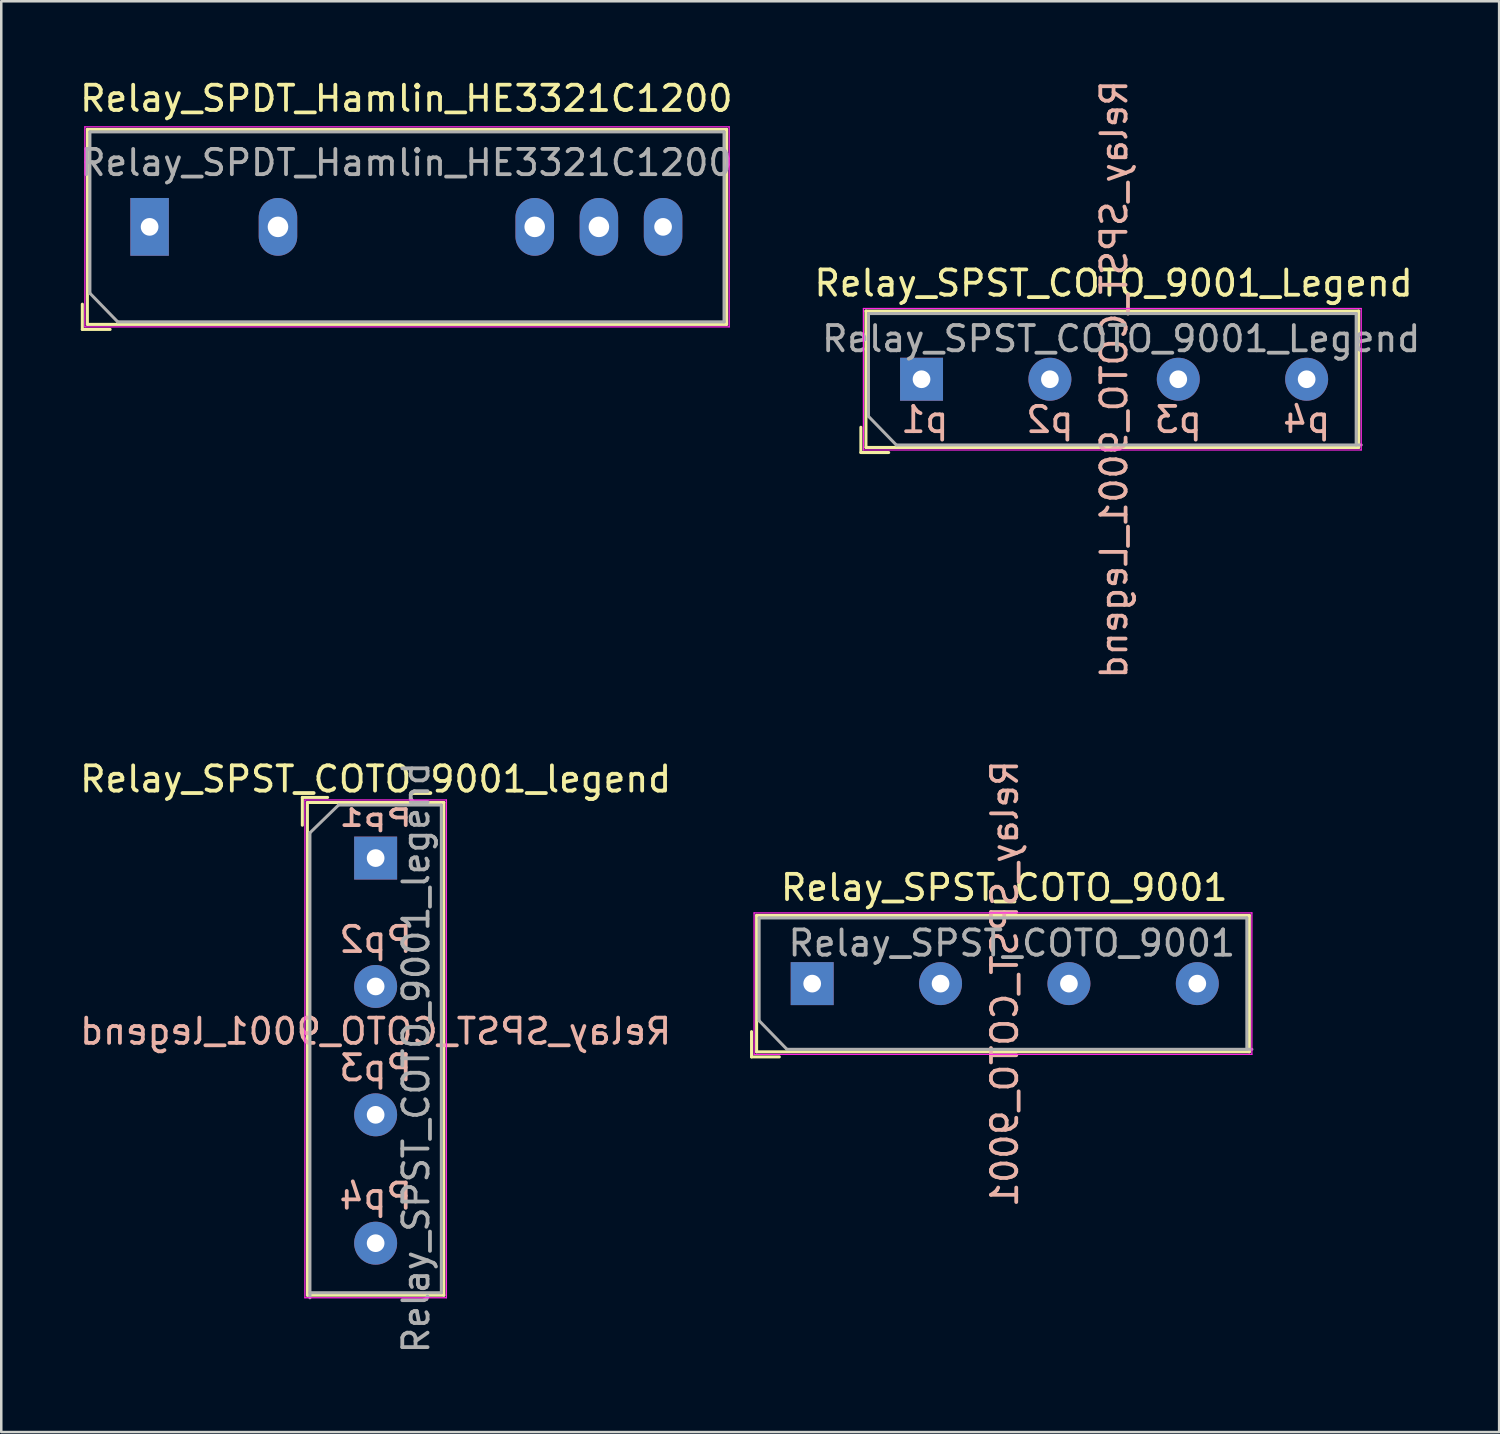
<source format=kicad_pcb>
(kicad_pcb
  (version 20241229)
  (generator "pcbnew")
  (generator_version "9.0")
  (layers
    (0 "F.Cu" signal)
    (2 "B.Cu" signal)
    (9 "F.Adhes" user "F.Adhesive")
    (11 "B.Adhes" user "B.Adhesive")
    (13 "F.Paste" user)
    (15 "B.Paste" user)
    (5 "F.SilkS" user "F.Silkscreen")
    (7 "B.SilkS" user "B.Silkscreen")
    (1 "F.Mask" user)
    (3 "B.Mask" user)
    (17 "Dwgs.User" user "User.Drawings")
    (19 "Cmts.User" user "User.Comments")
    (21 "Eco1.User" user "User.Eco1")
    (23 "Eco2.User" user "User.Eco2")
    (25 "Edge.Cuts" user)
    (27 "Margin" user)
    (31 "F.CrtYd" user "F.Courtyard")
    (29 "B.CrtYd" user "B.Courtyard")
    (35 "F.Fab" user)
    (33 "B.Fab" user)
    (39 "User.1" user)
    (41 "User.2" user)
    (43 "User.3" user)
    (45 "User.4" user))
  (footprint "Relay_SPST_COTO_9001_legend"
    (layer "F.Cu")
    (at 11.815 30.907)
    (property "Reference" "Relay_SPST_COTO_9001_legend" (at 0 -2.54 0) (layer "F.SilkS") (effects (font (size 1 1) (thickness 0.15)) (justify bottom)))
    (property "BotReference" "${REFERENCE}" (at 0 6.858 0) (layer "B.SilkS") (effects (font (size 1 1) (thickness 0.15)) (justify mirror)))
    (property "p2" "Pp2" (at 0 3.81 0) (layer "B.SilkS") (effects (font (size 1 1) (thickness 0.15)) (justify bottom mirror)))
    (property "p3" "Pp3" (at 0 8.89 0) (layer "B.SilkS") (effects (font (size 1 1) (thickness 0.15)) (justify bottom mirror)))
    (property "p4" "Pp4" (at 0 13.97 0) (layer "B.SilkS") (effects (font (size 1 1) (thickness 0.15)) (justify bottom mirror)))
    (property "p1" "Pp1" (at 0 -1.219 0) (layer "B.SilkS") (effects (font (size 0.635 1) (thickness 0.15)) (justify bottom mirror)))
    (attr through_hole)
    (fp_line (start -2.9 -2.4) (end -1.9 -2.4) (stroke (width 0.12) (type solid)) (layer "F.SilkS"))
    (fp_line (start -2.9 -1.3) (end -2.9 -2.4) (stroke (width 0.12) (type solid)) (layer "F.SilkS"))
    (fp_line (start -2.7 -2.2) (end 2.7 -2.2) (stroke (width 0.12) (type solid)) (layer "F.SilkS"))
    (fp_line (start -2.7 17.3) (end -2.7 -2.2) (stroke (width 0.12) (type solid)) (layer "F.SilkS"))
    (fp_line (start 2.7 -2.2) (end 2.7 17.3) (stroke (width 0.12) (type solid)) (layer "F.SilkS"))
    (fp_line (start 2.7 17.3) (end -2.7 17.3) (stroke (width 0.12) (type solid)) (layer "F.SilkS"))
    (fp_line (start -2.8 17.4) (end -2.8 -2.3) (stroke (width 0.05) (type solid)) (layer "F.CrtYd"))
    (fp_line (start -2.8 17.4) (end 2.8 17.4) (stroke (width 0.05) (type solid)) (layer "F.CrtYd"))
    (fp_line (start 2.8 -2.3) (end -2.8 -2.3) (stroke (width 0.05) (type solid)) (layer "F.CrtYd"))
    (fp_line (start 2.8 -2.3) (end 2.8 17.4) (stroke (width 0.05) (type solid)) (layer "F.CrtYd"))
    (fp_line (start -2.6 -1) (end -1.467 -2.1) (stroke (width 0.12) (type solid)) (layer "F.Fab"))
    (fp_line (start -2.6 17.4) (end -2.6 -1) (stroke (width 0.12) (type solid)) (layer "F.Fab"))
    (fp_line (start -1.467 -2.1) (end 2.6 -2.1) (stroke (width 0.12) (type solid)) (layer "F.Fab"))
    (fp_line (start 2.6 -2.1) (end 2.6 17.2) (stroke (width 0.12) (type solid)) (layer "F.Fab"))
    (fp_line (start 2.6 17.2) (end -2.6 17.2) (stroke (width 0.12) (type solid)) (layer "F.Fab"))
    (fp_text user "${REFERENCE}" (at 1.6 7.9 270) (layer "F.Fab") (effects (font (size 1 1) (thickness 0.15))))
    (pad "1" thru_hole rect (at 0 0 270) (size 1.7 1.7) (drill 0.7) (layers "*.Cu" "*.Mask"))
    (pad "2" thru_hole circle (at 0 5.08 270) (size 1.7 1.7) (drill 0.7) (layers "*.Cu" "*.Mask"))
    (pad "3" thru_hole circle (at 0 10.16 270) (size 1.7 1.7) (drill 0.7) (layers "*.Cu" "*.Mask"))
    (pad "4" thru_hole circle (at 0 15.24 270) (size 1.7 1.7) (drill 0.7) (layers "*.Cu" "*.Mask")))
  (footprint "Relay_SPDT_Hamlin_HE3321C1200"
    (layer "F.Cu")
    (at 2.87 5.928)
    (property "Reference" "Relay_SPDT_Hamlin_HE3321C1200" (at 10.16 -5.08 0) (layer "F.SilkS") (effects (font (size 1 1) (thickness 0.15))))
    (attr through_hole)
    (fp_line (start -2.662 4.059) (end -2.662 3.059) (stroke (width 0.12) (type solid)) (layer "F.SilkS"))
    (fp_line (start -2.464 -3.859) (end 22.835 -3.859) (stroke (width 0.12) (type solid)) (layer "F.SilkS"))
    (fp_line (start -2.462 3.859) (end -2.462 -3.859) (stroke (width 0.12) (type solid)) (layer "F.SilkS"))
    (fp_line (start -1.562 4.059) (end -2.662 4.059) (stroke (width 0.12) (type solid)) (layer "F.SilkS"))
    (fp_line (start 22.835 -3.859) (end 22.835 3.859) (stroke (width 0.12) (type solid)) (layer "F.SilkS"))
    (fp_line (start 22.835 3.859) (end -2.462 3.859) (stroke (width 0.12) (type solid)) (layer "F.SilkS"))
    (fp_line (start -2.562 -3.959) (end -2.562 3.959) (stroke (width 0.05) (type solid)) (layer "F.CrtYd"))
    (fp_line (start -2.562 -3.959) (end 22.936 -3.959) (stroke (width 0.05) (type solid)) (layer "F.CrtYd"))
    (fp_line (start 22.936 3.959) (end -2.562 3.959) (stroke (width 0.05) (type solid)) (layer "F.CrtYd"))
    (fp_line (start 22.936 3.959) (end 22.936 -3.959) (stroke (width 0.05) (type solid)) (layer "F.CrtYd"))
    (fp_line (start -2.362 -3.759) (end 22.733 -3.759) (stroke (width 0.12) (type solid)) (layer "F.Fab"))
    (fp_line (start -2.362 2.626) (end -2.362 -3.759) (stroke (width 0.12) (type solid)) (layer "F.Fab"))
    (fp_line (start -1.262 3.759) (end -2.362 2.626) (stroke (width 0.12) (type solid)) (layer "F.Fab"))
    (fp_line (start 22.733 -3.759) (end 22.733 3.759) (stroke (width 0.12) (type solid)) (layer "F.Fab"))
    (fp_line (start 22.733 3.759) (end -1.262 3.759) (stroke (width 0.12) (type solid)) (layer "F.Fab"))
    (fp_text user "${REFERENCE}" (at 10.16 -2.54 0) (layer "F.Fab") (effects (font (size 1 1) (thickness 0.15))))
    (pad "1" thru_hole rect (at 0 0) (size 1.524 2.286) (drill 0.7) (layers "*.Cu" "*.Mask"))
    (pad "2" thru_hole oval (at 5.08 0) (size 1.524 2.286) (drill 0.813) (layers "*.Cu" "*.Mask"))
    (pad "3" thru_hole oval (at 15.24 0) (size 1.524 2.286) (drill 0.813) (layers "*.Cu" "*.Mask"))
    (pad "4" thru_hole oval (at 20.32 0) (size 1.524 2.286) (drill 0.7) (layers "*.Cu" "*.Mask"))
    (pad "5" thru_hole oval (at 17.78 0) (size 1.524 2.286) (drill 0.813) (layers "*.Cu" "*.Mask")))
  (footprint "Relay_SPST_COTO_9001"
    (layer "F.Cu")
    (at 29.091 35.875)
    (property "Reference" "Relay_SPST_COTO_9001" (at 7.6 -3.8 0) (layer "F.SilkS") (effects (font (size 1 1) (thickness 0.15))))
    (property "BotReference" "${REFERENCE}" (at 7.62 0 90) (layer "B.SilkS") (effects (font (size 1 1) (thickness 0.15)) (justify mirror)))
    (attr through_hole)
    (fp_line (start -2.4 2.9) (end -2.4 1.9) (stroke (width 0.12) (type solid)) (layer "F.SilkS"))
    (fp_line (start -2.2 -2.7) (end 17.3 -2.7) (stroke (width 0.12) (type solid)) (layer "F.SilkS"))
    (fp_line (start -2.2 2.7) (end -2.2 -2.7) (stroke (width 0.12) (type solid)) (layer "F.SilkS"))
    (fp_line (start -1.3 2.9) (end -2.4 2.9) (stroke (width 0.12) (type solid)) (layer "F.SilkS"))
    (fp_line (start 17.3 -2.7) (end 17.3 2.7) (stroke (width 0.12) (type solid)) (layer "F.SilkS"))
    (fp_line (start 17.3 2.7) (end -2.2 2.7) (stroke (width 0.12) (type solid)) (layer "F.SilkS"))
    (fp_line (start -2.3 -2.8) (end -2.3 2.8) (stroke (width 0.05) (type solid)) (layer "F.CrtYd"))
    (fp_line (start -2.3 -2.8) (end 17.4 -2.8) (stroke (width 0.05) (type solid)) (layer "F.CrtYd"))
    (fp_line (start 17.4 2.8) (end -2.3 2.8) (stroke (width 0.05) (type solid)) (layer "F.CrtYd"))
    (fp_line (start 17.4 2.8) (end 17.4 -2.8) (stroke (width 0.05) (type solid)) (layer "F.CrtYd"))
    (fp_line (start -2.1 -2.6) (end 17.2 -2.6) (stroke (width 0.12) (type solid)) (layer "F.Fab"))
    (fp_line (start -2.1 1.467) (end -2.1 -2.6) (stroke (width 0.12) (type solid)) (layer "F.Fab"))
    (fp_line (start -1 2.6) (end -2.1 1.467) (stroke (width 0.12) (type solid)) (layer "F.Fab"))
    (fp_line (start 17.2 -2.6) (end 17.2 2.6) (stroke (width 0.12) (type solid)) (layer "F.Fab"))
    (fp_line (start 17.4 2.6) (end -1 2.6) (stroke (width 0.12) (type solid)) (layer "F.Fab"))
    (fp_text user "${REFERENCE}" (at 7.9 -1.6 0) (layer "F.Fab") (effects (font (size 1 1) (thickness 0.15))))
    (pad "1" thru_hole rect (at 0 0) (size 1.7 1.7) (drill 0.7) (layers "*.Cu" "*.Mask"))
    (pad "2" thru_hole circle (at 5.08 0) (size 1.7 1.7) (drill 0.7) (layers "*.Cu" "*.Mask"))
    (pad "3" thru_hole circle (at 10.16 0) (size 1.7 1.7) (drill 0.7) (layers "*.Cu" "*.Mask"))
    (pad "4" thru_hole circle (at 15.24 0) (size 1.7 1.7) (drill 0.7) (layers "*.Cu" "*.Mask")))
  (footprint "Relay_SPST_COTO_9001_Legend"
    (layer "F.Cu")
    (at 33.418 11.958)
    (property "Reference" "Relay_SPST_COTO_9001_Legend" (at 7.6 -3.8 0) (layer "F.SilkS") (effects (font (size 1 1) (thickness 0.15))))
    (property "BotReference" "${REFERENCE}" (at 7.62 0 90) (layer "B.SilkS") (effects (font (size 1 1) (thickness 0.15)) (justify mirror)))
    (property "p1" "p1" (at 0.127 1.016 0) (layer "B.SilkS") (effects (font (size 1 1) (thickness 0.15)) (justify top mirror)))
    (property "p2" "p2" (at 5.08 1.016 0) (layer "B.SilkS") (effects (font (size 1 1) (thickness 0.15)) (justify top mirror)))
    (property "p3" "p3" (at 10.16 1.016 180) (layer "B.SilkS") (effects (font (size 1 1) (thickness 0.15)) (justify top mirror)))
    (property "p4" "p4" (at 15.24 1.016 180) (layer "B.SilkS") (effects (font (size 1 1) (thickness 0.15)) (justify top mirror)))
    (attr through_hole)
    (fp_line (start -2.4 2.9) (end -2.4 1.9) (stroke (width 0.12) (type solid)) (layer "F.SilkS"))
    (fp_line (start -2.2 -2.7) (end 17.3 -2.7) (stroke (width 0.12) (type solid)) (layer "F.SilkS"))
    (fp_line (start -2.2 2.7) (end -2.2 -2.7) (stroke (width 0.12) (type solid)) (layer "F.SilkS"))
    (fp_line (start -1.3 2.9) (end -2.4 2.9) (stroke (width 0.12) (type solid)) (layer "F.SilkS"))
    (fp_line (start 17.3 -2.7) (end 17.3 2.7) (stroke (width 0.12) (type solid)) (layer "F.SilkS"))
    (fp_line (start 17.3 2.7) (end -2.2 2.7) (stroke (width 0.12) (type solid)) (layer "F.SilkS"))
    (fp_line (start -2.3 -2.8) (end -2.3 2.8) (stroke (width 0.05) (type solid)) (layer "F.CrtYd"))
    (fp_line (start -2.3 -2.8) (end 17.4 -2.8) (stroke (width 0.05) (type solid)) (layer "F.CrtYd"))
    (fp_line (start 17.4 2.8) (end -2.3 2.8) (stroke (width 0.05) (type solid)) (layer "F.CrtYd"))
    (fp_line (start 17.4 2.8) (end 17.4 -2.8) (stroke (width 0.05) (type solid)) (layer "F.CrtYd"))
    (fp_line (start -2.1 -2.6) (end 17.2 -2.6) (stroke (width 0.12) (type solid)) (layer "F.Fab"))
    (fp_line (start -2.1 1.467) (end -2.1 -2.6) (stroke (width 0.12) (type solid)) (layer "F.Fab"))
    (fp_line (start -1 2.6) (end -2.1 1.467) (stroke (width 0.12) (type solid)) (layer "F.Fab"))
    (fp_line (start 17.2 -2.6) (end 17.2 2.6) (stroke (width 0.12) (type solid)) (layer "F.Fab"))
    (fp_line (start 17.4 2.6) (end -1 2.6) (stroke (width 0.12) (type solid)) (layer "F.Fab"))
    (fp_text user "${REFERENCE}" (at 7.9 -1.6 0) (layer "F.Fab") (effects (font (size 1 1) (thickness 0.15))))
    (pad "1" thru_hole rect (at 0 0) (size 1.7 1.7) (drill 0.7) (layers "*.Cu" "*.Mask"))
    (pad "2" thru_hole circle (at 5.08 0) (size 1.7 1.7) (drill 0.7) (layers "*.Cu" "*.Mask"))
    (pad "3" thru_hole circle (at 10.16 0) (size 1.7 1.7) (drill 0.7) (layers "*.Cu" "*.Mask"))
    (pad "4" thru_hole circle (at 15.24 0) (size 1.7 1.7) (drill 0.7) (layers "*.Cu" "*.Mask")))
  (gr_rect
    (start -3 -3)
    (end 56.276 53.622)
    (stroke (width 0.1) (type default))
    (fill no)
    (layer "Edge.Cuts")))
</source>
